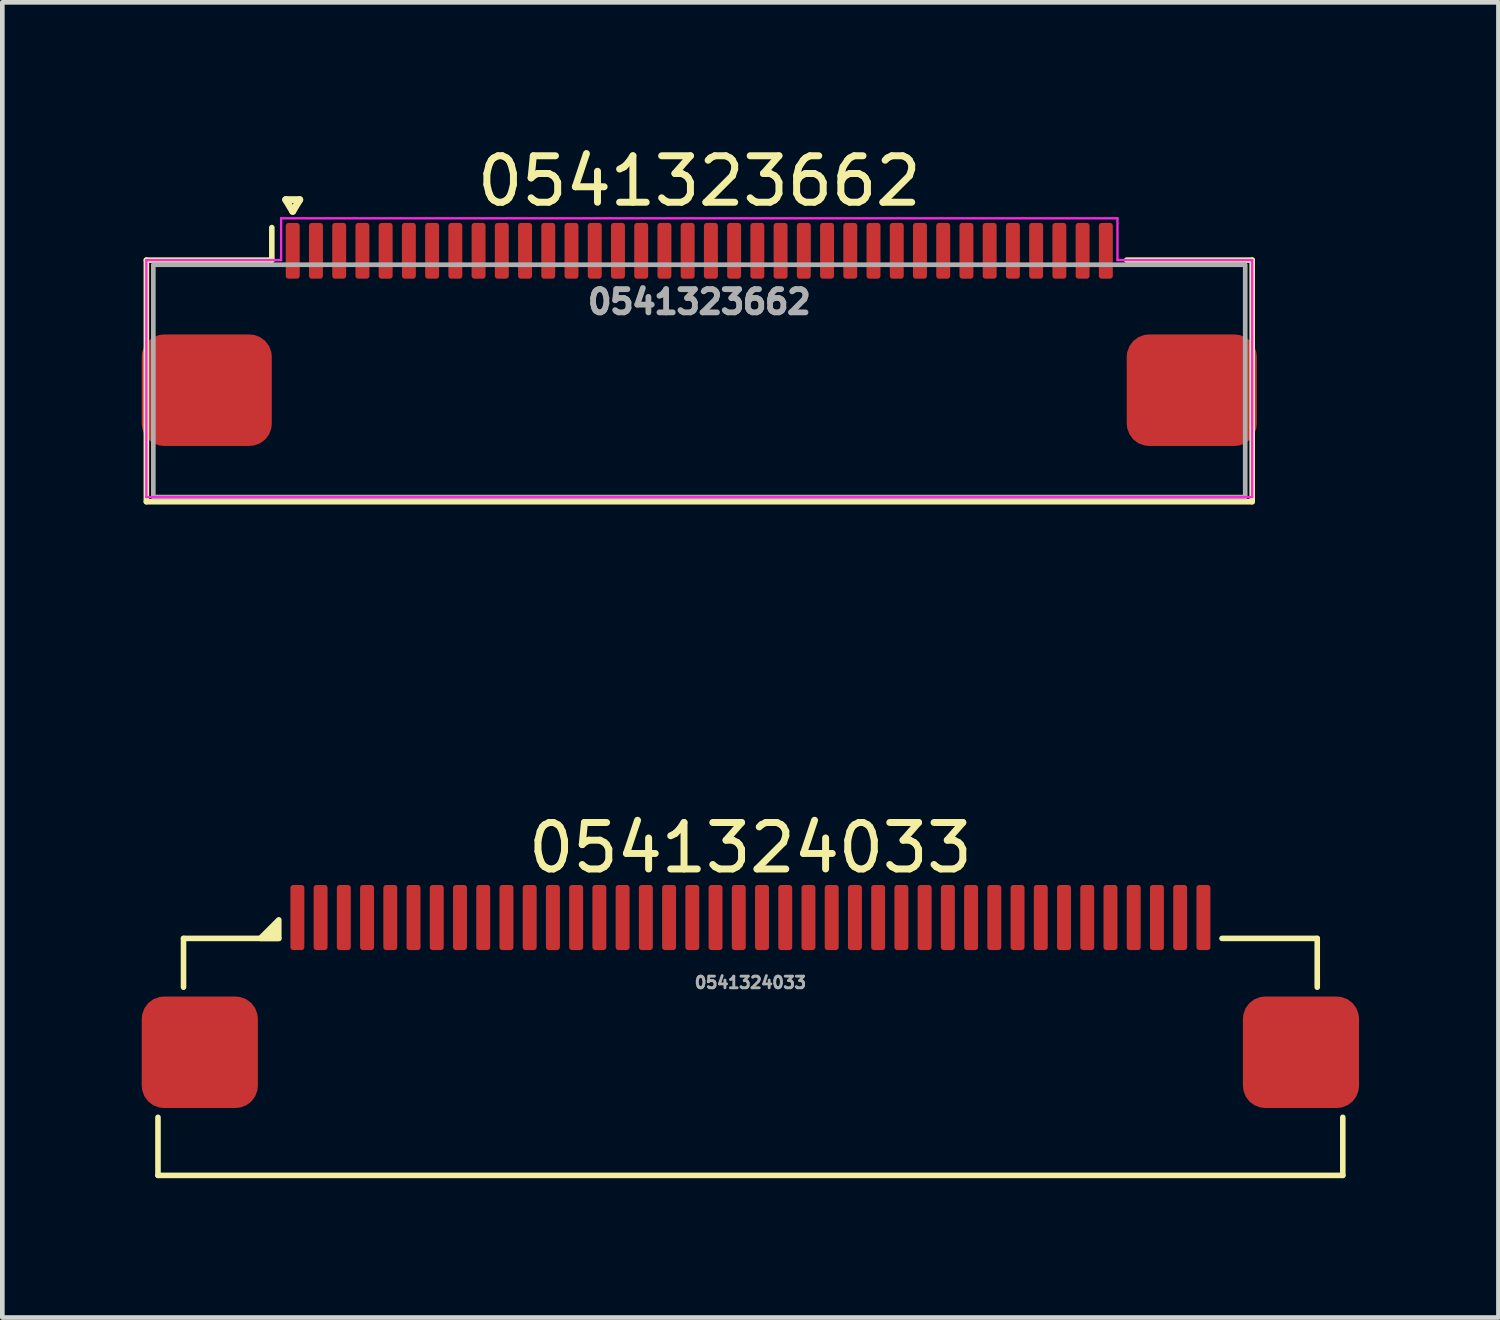
<source format=kicad_pcb>
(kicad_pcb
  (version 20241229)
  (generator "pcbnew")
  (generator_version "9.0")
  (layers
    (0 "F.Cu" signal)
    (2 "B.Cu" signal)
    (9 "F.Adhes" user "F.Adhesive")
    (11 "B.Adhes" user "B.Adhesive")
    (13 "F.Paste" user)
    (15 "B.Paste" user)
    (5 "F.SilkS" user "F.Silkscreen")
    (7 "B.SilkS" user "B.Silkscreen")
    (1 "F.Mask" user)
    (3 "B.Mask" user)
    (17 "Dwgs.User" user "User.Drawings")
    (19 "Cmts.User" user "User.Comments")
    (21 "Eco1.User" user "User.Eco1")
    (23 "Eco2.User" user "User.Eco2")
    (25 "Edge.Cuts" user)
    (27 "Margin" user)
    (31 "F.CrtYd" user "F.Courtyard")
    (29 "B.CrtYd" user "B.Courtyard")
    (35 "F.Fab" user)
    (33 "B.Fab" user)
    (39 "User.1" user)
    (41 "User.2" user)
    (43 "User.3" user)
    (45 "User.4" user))
  (footprint "0541324033"
    (layer "F.Cu")
    (at 13.1 17.197)
    (property "Reference" "0541324033" (at 0 -2 0) (unlocked yes) (layer "F.SilkS") (effects (font (size 1 1) (thickness 0.15))))
    (attr smd)
    (fp_line (start -12.75 5.05) (end -12.75 3.8) (stroke (width 0.12) (type default)) (layer "F.SilkS"))
    (fp_line (start -12.2 -0.05) (end -10.15 -0.05) (stroke (width 0.12) (type default)) (layer "F.SilkS"))
    (fp_line (start -12.2 1) (end -12.2 -0.05) (stroke (width 0.12) (type default)) (layer "F.SilkS"))
    (fp_line (start 12.2 -0.05) (end 10.15 -0.05) (stroke (width 0.12) (type default)) (layer "F.SilkS"))
    (fp_line (start 12.2 1) (end 12.2 -0.05) (stroke (width 0.12) (type default)) (layer "F.SilkS"))
    (fp_line (start 12.75 3.8) (end 12.75 5.05) (stroke (width 0.12) (type default)) (layer "F.SilkS"))
    (fp_line (start 12.75 5.05) (end -12.75 5.05) (stroke (width 0.12) (type default)) (layer "F.SilkS"))
    (fp_poly (pts (xy -10.55 -0.05) (xy -10.15 -0.45) (xy -10.15 -0.05)) (stroke (width 0.12) (type solid)) (fill yes) (layer "F.SilkS"))
    (fp_text user "${REFERENCE}" (at 0 0.9 0) (unlocked yes) (layer "F.Fab") (effects (font (size 0.25 0.25) (thickness 0.062))))
    (pad "1" smd roundrect (at -9.75 -0.5) (size 0.3 1.4) (layers "F.Cu" "F.Mask" "F.Paste") (roundrect_rratio 0.2))
    (pad "2" smd roundrect (at -9.25 -0.5) (size 0.3 1.4) (layers "F.Cu" "F.Mask" "F.Paste") (roundrect_rratio 0.2))
    (pad "3" smd roundrect (at -8.75 -0.5) (size 0.3 1.4) (layers "F.Cu" "F.Mask" "F.Paste") (roundrect_rratio 0.2))
    (pad "4" smd roundrect (at -8.25 -0.5) (size 0.3 1.4) (layers "F.Cu" "F.Mask" "F.Paste") (roundrect_rratio 0.2))
    (pad "5" smd roundrect (at -7.75 -0.5) (size 0.3 1.4) (layers "F.Cu" "F.Mask" "F.Paste") (roundrect_rratio 0.2))
    (pad "6" smd roundrect (at -7.25 -0.5) (size 0.3 1.4) (layers "F.Cu" "F.Mask" "F.Paste") (roundrect_rratio 0.2))
    (pad "7" smd roundrect (at -6.75 -0.5) (size 0.3 1.4) (layers "F.Cu" "F.Mask" "F.Paste") (roundrect_rratio 0.2))
    (pad "8" smd roundrect (at -6.25 -0.5) (size 0.3 1.4) (layers "F.Cu" "F.Mask" "F.Paste") (roundrect_rratio 0.2))
    (pad "9" smd roundrect (at -5.75 -0.5) (size 0.3 1.4) (layers "F.Cu" "F.Mask" "F.Paste") (roundrect_rratio 0.2))
    (pad "10" smd roundrect (at -5.25 -0.5) (size 0.3 1.4) (layers "F.Cu" "F.Mask" "F.Paste") (roundrect_rratio 0.2))
    (pad "11" smd roundrect (at -4.75 -0.5) (size 0.3 1.4) (layers "F.Cu" "F.Mask" "F.Paste") (roundrect_rratio 0.2))
    (pad "12" smd roundrect (at -4.25 -0.5) (size 0.3 1.4) (layers "F.Cu" "F.Mask" "F.Paste") (roundrect_rratio 0.2))
    (pad "13" smd roundrect (at -3.75 -0.5) (size 0.3 1.4) (layers "F.Cu" "F.Mask" "F.Paste") (roundrect_rratio 0.2))
    (pad "14" smd roundrect (at -3.25 -0.5) (size 0.3 1.4) (layers "F.Cu" "F.Mask" "F.Paste") (roundrect_rratio 0.2))
    (pad "15" smd roundrect (at -2.75 -0.5) (size 0.3 1.4) (layers "F.Cu" "F.Mask" "F.Paste") (roundrect_rratio 0.2))
    (pad "16" smd roundrect (at -2.25 -0.5) (size 0.3 1.4) (layers "F.Cu" "F.Mask" "F.Paste") (roundrect_rratio 0.2))
    (pad "17" smd roundrect (at -1.75 -0.5) (size 0.3 1.4) (layers "F.Cu" "F.Mask" "F.Paste") (roundrect_rratio 0.2))
    (pad "18" smd roundrect (at -1.25 -0.5) (size 0.3 1.4) (layers "F.Cu" "F.Mask" "F.Paste") (roundrect_rratio 0.2))
    (pad "19" smd roundrect (at -0.75 -0.5) (size 0.3 1.4) (layers "F.Cu" "F.Mask" "F.Paste") (roundrect_rratio 0.2))
    (pad "20" smd roundrect (at -0.25 -0.5) (size 0.3 1.4) (layers "F.Cu" "F.Mask" "F.Paste") (roundrect_rratio 0.2))
    (pad "21" smd roundrect (at 0.25 -0.5) (size 0.3 1.4) (layers "F.Cu" "F.Mask" "F.Paste") (roundrect_rratio 0.2))
    (pad "22" smd roundrect (at 0.75 -0.5) (size 0.3 1.4) (layers "F.Cu" "F.Mask" "F.Paste") (roundrect_rratio 0.2))
    (pad "23" smd roundrect (at 1.25 -0.5) (size 0.3 1.4) (layers "F.Cu" "F.Mask" "F.Paste") (roundrect_rratio 0.2))
    (pad "24" smd roundrect (at 1.75 -0.5) (size 0.3 1.4) (layers "F.Cu" "F.Mask" "F.Paste") (roundrect_rratio 0.2))
    (pad "25" smd roundrect (at 2.25 -0.5) (size 0.3 1.4) (layers "F.Cu" "F.Mask" "F.Paste") (roundrect_rratio 0.2))
    (pad "26" smd roundrect (at 2.75 -0.5) (size 0.3 1.4) (layers "F.Cu" "F.Mask" "F.Paste") (roundrect_rratio 0.2))
    (pad "27" smd roundrect (at 3.25 -0.5) (size 0.3 1.4) (layers "F.Cu" "F.Mask" "F.Paste") (roundrect_rratio 0.2))
    (pad "28" smd roundrect (at 3.75 -0.5) (size 0.3 1.4) (layers "F.Cu" "F.Mask" "F.Paste") (roundrect_rratio 0.2))
    (pad "29" smd roundrect (at 4.25 -0.5) (size 0.3 1.4) (layers "F.Cu" "F.Mask" "F.Paste") (roundrect_rratio 0.2))
    (pad "30" smd roundrect (at 4.75 -0.5) (size 0.3 1.4) (layers "F.Cu" "F.Mask" "F.Paste") (roundrect_rratio 0.2))
    (pad "31" smd roundrect (at 5.25 -0.5) (size 0.3 1.4) (layers "F.Cu" "F.Mask" "F.Paste") (roundrect_rratio 0.2))
    (pad "32" smd roundrect (at 5.75 -0.5) (size 0.3 1.4) (layers "F.Cu" "F.Mask" "F.Paste") (roundrect_rratio 0.2))
    (pad "33" smd roundrect (at 6.25 -0.5) (size 0.3 1.4) (layers "F.Cu" "F.Mask" "F.Paste") (roundrect_rratio 0.2))
    (pad "34" smd roundrect (at 6.75 -0.5) (size 0.3 1.4) (layers "F.Cu" "F.Mask" "F.Paste") (roundrect_rratio 0.2))
    (pad "35" smd roundrect (at 7.25 -0.5) (size 0.3 1.4) (layers "F.Cu" "F.Mask" "F.Paste") (roundrect_rratio 0.2))
    (pad "36" smd roundrect (at 7.75 -0.5) (size 0.3 1.4) (layers "F.Cu" "F.Mask" "F.Paste") (roundrect_rratio 0.2))
    (pad "37" smd roundrect (at 8.25 -0.5) (size 0.3 1.4) (layers "F.Cu" "F.Mask" "F.Paste") (roundrect_rratio 0.2))
    (pad "38" smd roundrect (at 8.75 -0.5) (size 0.3 1.4) (layers "F.Cu" "F.Mask" "F.Paste") (roundrect_rratio 0.2))
    (pad "39" smd roundrect (at 9.25 -0.5) (size 0.3 1.4) (layers "F.Cu" "F.Mask" "F.Paste") (roundrect_rratio 0.2))
    (pad "40" smd roundrect (at 9.75 -0.5) (size 0.3 1.4) (layers "F.Cu" "F.Mask" "F.Paste") (roundrect_rratio 0.2))
    (pad "MP" smd roundrect (at -11.85 2.4) (size 2.5 2.4) (layers "F.Cu" "F.Mask" "F.Paste") (roundrect_rratio 0.2))
    (pad "MP" smd roundrect (at 11.85 2.4) (size 2.5 2.4) (layers "F.Cu" "F.Mask" "F.Paste") (roundrect_rratio 0.2)))
  (footprint "0541323662"
    (layer "F.Cu")
    (at 12 2.348)
    (property "Reference" "0541323662" (at 0 -1.5 0) (unlocked yes) (layer "F.SilkS") (effects (font (size 1 1) (thickness 0.15))))
    (attr smd)
    (fp_line (start -11.9 0.2) (end -11.9 5.4) (stroke (width 0.12) (type solid)) (layer "F.SilkS"))
    (fp_line (start -11.9 5.4) (end 11.9 5.4) (stroke (width 0.12) (type solid)) (layer "F.SilkS"))
    (fp_line (start -9.2 -0.5) (end -9.2 0.2) (stroke (width 0.12) (type solid)) (layer "F.SilkS"))
    (fp_line (start -9.2 0.2) (end -11.9 0.2) (stroke (width 0.12) (type solid)) (layer "F.SilkS"))
    (fp_line (start -8.9 -1.1) (end -8.75 -0.85) (stroke (width 0.15) (type solid)) (layer "F.SilkS"))
    (fp_line (start -8.75 -0.85) (end -8.6 -1.1) (stroke (width 0.15) (type solid)) (layer "F.SilkS"))
    (fp_line (start -8.6 -1.1) (end -8.9 -1.1) (stroke (width 0.15) (type solid)) (layer "F.SilkS"))
    (fp_line (start 11.9 0.2) (end 9.2 0.2) (stroke (width 0.12) (type solid)) (layer "F.SilkS"))
    (fp_line (start 11.9 5.4) (end 11.9 0.2) (stroke (width 0.12) (type solid)) (layer "F.SilkS"))
    (fp_line (start -11.9 0.2) (end -11.9 5.3) (stroke (width 0.05) (type solid)) (layer "F.CrtYd"))
    (fp_line (start -11.9 5.3) (end 11.9 5.3) (stroke (width 0.05) (type solid)) (layer "F.CrtYd"))
    (fp_line (start -9 -0.7) (end -9 0.2) (stroke (width 0.05) (type solid)) (layer "F.CrtYd"))
    (fp_line (start -9 0.2) (end -11.9 0.2) (stroke (width 0.05) (type solid)) (layer "F.CrtYd"))
    (fp_line (start 9 -0.7) (end -9 -0.7) (stroke (width 0.05) (type solid)) (layer "F.CrtYd"))
    (fp_line (start 9 0.2) (end 9 -0.7) (stroke (width 0.05) (type solid)) (layer "F.CrtYd"))
    (fp_line (start 11.9 0.2) (end 9 0.2) (stroke (width 0.05) (type solid)) (layer "F.CrtYd"))
    (fp_line (start 11.9 5.3) (end 11.9 0.2) (stroke (width 0.05) (type solid)) (layer "F.CrtYd"))
    (fp_rect (start -11.75 0.3) (end 11.75 5.3) (stroke (width 0.1) (type solid)) (fill no) (layer "F.Fab"))
    (fp_text user "${REFERENCE}" (at 0 1.1 0) (unlocked yes) (layer "F.Fab") (effects (font (size 0.5 0.5) (thickness 0.125))))
    (pad "1" smd roundrect (at -8.75 0) (size 0.3 1.2) (layers "F.Cu" "F.Mask" "F.Paste") (roundrect_rratio 0.2))
    (pad "2" smd roundrect (at -8.25 0) (size 0.3 1.2) (layers "F.Cu" "F.Mask" "F.Paste") (roundrect_rratio 0.2))
    (pad "3" smd roundrect (at -7.75 0) (size 0.3 1.2) (layers "F.Cu" "F.Mask" "F.Paste") (roundrect_rratio 0.2))
    (pad "4" smd roundrect (at -7.25 0) (size 0.3 1.2) (layers "F.Cu" "F.Mask" "F.Paste") (roundrect_rratio 0.2))
    (pad "5" smd roundrect (at -6.75 0) (size 0.3 1.2) (layers "F.Cu" "F.Mask" "F.Paste") (roundrect_rratio 0.2))
    (pad "6" smd roundrect (at -6.25 0) (size 0.3 1.2) (layers "F.Cu" "F.Mask" "F.Paste") (roundrect_rratio 0.2))
    (pad "7" smd roundrect (at -5.75 0) (size 0.3 1.2) (layers "F.Cu" "F.Mask" "F.Paste") (roundrect_rratio 0.2))
    (pad "8" smd roundrect (at -5.25 0) (size 0.3 1.2) (layers "F.Cu" "F.Mask" "F.Paste") (roundrect_rratio 0.2))
    (pad "9" smd roundrect (at -4.75 0) (size 0.3 1.2) (layers "F.Cu" "F.Mask" "F.Paste") (roundrect_rratio 0.2))
    (pad "10" smd roundrect (at -4.25 0) (size 0.3 1.2) (layers "F.Cu" "F.Mask" "F.Paste") (roundrect_rratio 0.2))
    (pad "11" smd roundrect (at -3.75 0) (size 0.3 1.2) (layers "F.Cu" "F.Mask" "F.Paste") (roundrect_rratio 0.2))
    (pad "12" smd roundrect (at -3.25 0) (size 0.3 1.2) (layers "F.Cu" "F.Mask" "F.Paste") (roundrect_rratio 0.2))
    (pad "13" smd roundrect (at -2.75 0) (size 0.3 1.2) (layers "F.Cu" "F.Mask" "F.Paste") (roundrect_rratio 0.2))
    (pad "14" smd roundrect (at -2.25 0) (size 0.3 1.2) (layers "F.Cu" "F.Mask" "F.Paste") (roundrect_rratio 0.2))
    (pad "15" smd roundrect (at -1.75 0) (size 0.3 1.2) (layers "F.Cu" "F.Mask" "F.Paste") (roundrect_rratio 0.2))
    (pad "16" smd roundrect (at -1.25 0) (size 0.3 1.2) (layers "F.Cu" "F.Mask" "F.Paste") (roundrect_rratio 0.2))
    (pad "17" smd roundrect (at -0.75 0) (size 0.3 1.2) (layers "F.Cu" "F.Mask" "F.Paste") (roundrect_rratio 0.2))
    (pad "18" smd roundrect (at -0.25 0) (size 0.3 1.2) (layers "F.Cu" "F.Mask" "F.Paste") (roundrect_rratio 0.2))
    (pad "19" smd roundrect (at 0.25 0) (size 0.3 1.2) (layers "F.Cu" "F.Mask" "F.Paste") (roundrect_rratio 0.2))
    (pad "20" smd roundrect (at 0.75 0) (size 0.3 1.2) (layers "F.Cu" "F.Mask" "F.Paste") (roundrect_rratio 0.2))
    (pad "21" smd roundrect (at 1.25 0) (size 0.3 1.2) (layers "F.Cu" "F.Mask" "F.Paste") (roundrect_rratio 0.2))
    (pad "22" smd roundrect (at 1.75 0) (size 0.3 1.2) (layers "F.Cu" "F.Mask" "F.Paste") (roundrect_rratio 0.2))
    (pad "23" smd roundrect (at 2.25 0) (size 0.3 1.2) (layers "F.Cu" "F.Mask" "F.Paste") (roundrect_rratio 0.2))
    (pad "24" smd roundrect (at 2.75 0) (size 0.3 1.2) (layers "F.Cu" "F.Mask" "F.Paste") (roundrect_rratio 0.2))
    (pad "25" smd roundrect (at 3.25 0) (size 0.3 1.2) (layers "F.Cu" "F.Mask" "F.Paste") (roundrect_rratio 0.2))
    (pad "26" smd roundrect (at 3.75 0) (size 0.3 1.2) (layers "F.Cu" "F.Mask" "F.Paste") (roundrect_rratio 0.2))
    (pad "27" smd roundrect (at 4.25 0) (size 0.3 1.2) (layers "F.Cu" "F.Mask" "F.Paste") (roundrect_rratio 0.2))
    (pad "28" smd roundrect (at 4.75 0) (size 0.3 1.2) (layers "F.Cu" "F.Mask" "F.Paste") (roundrect_rratio 0.2))
    (pad "29" smd roundrect (at 5.25 0) (size 0.3 1.2) (layers "F.Cu" "F.Mask" "F.Paste") (roundrect_rratio 0.2))
    (pad "30" smd roundrect (at 5.75 0) (size 0.3 1.2) (layers "F.Cu" "F.Mask" "F.Paste") (roundrect_rratio 0.2))
    (pad "31" smd roundrect (at 6.25 0) (size 0.3 1.2) (layers "F.Cu" "F.Mask" "F.Paste") (roundrect_rratio 0.2))
    (pad "32" smd roundrect (at 6.75 0) (size 0.3 1.2) (layers "F.Cu" "F.Mask" "F.Paste") (roundrect_rratio 0.2))
    (pad "33" smd roundrect (at 7.25 0) (size 0.3 1.2) (layers "F.Cu" "F.Mask" "F.Paste") (roundrect_rratio 0.2))
    (pad "34" smd roundrect (at 7.75 0) (size 0.3 1.2) (layers "F.Cu" "F.Mask" "F.Paste") (roundrect_rratio 0.2))
    (pad "35" smd roundrect (at 8.25 0) (size 0.3 1.2) (layers "F.Cu" "F.Mask" "F.Paste") (roundrect_rratio 0.2))
    (pad "36" smd roundrect (at 8.75 0) (size 0.3 1.2) (layers "F.Cu" "F.Mask" "F.Paste") (roundrect_rratio 0.2))
    (pad "M" smd roundrect (at -10.6 3) (size 2.8 2.4) (layers "F.Cu" "F.Mask" "F.Paste") (roundrect_rratio 0.2))
    (pad "M" smd roundrect (at 10.6 3) (size 2.8 2.4) (layers "F.Cu" "F.Mask" "F.Paste") (roundrect_rratio 0.2))
    (zone (net_name "") (layer "F.Cu") (name "FPC RELIEF") (hatch edge 0.508) (connect_pads) (min_thickness 0.254) (filled_areas_thickness no) (keepout (tracks allowed) (vias allowed) (pads allowed) (copperpour allowed) (footprints not_allowed)) (placement (enabled no)) (fill) (polygon (pts (xy 23.8 11.348) (xy 0.2 11.348) (xy 0.2 7.648) (xy 23.8 7.648)))))
  (gr_rect
    (start -3 -3)
    (end 29.2 25.306)
    (stroke (width 0.1) (type default))
    (fill no)
    (layer "Edge.Cuts")))
</source>
